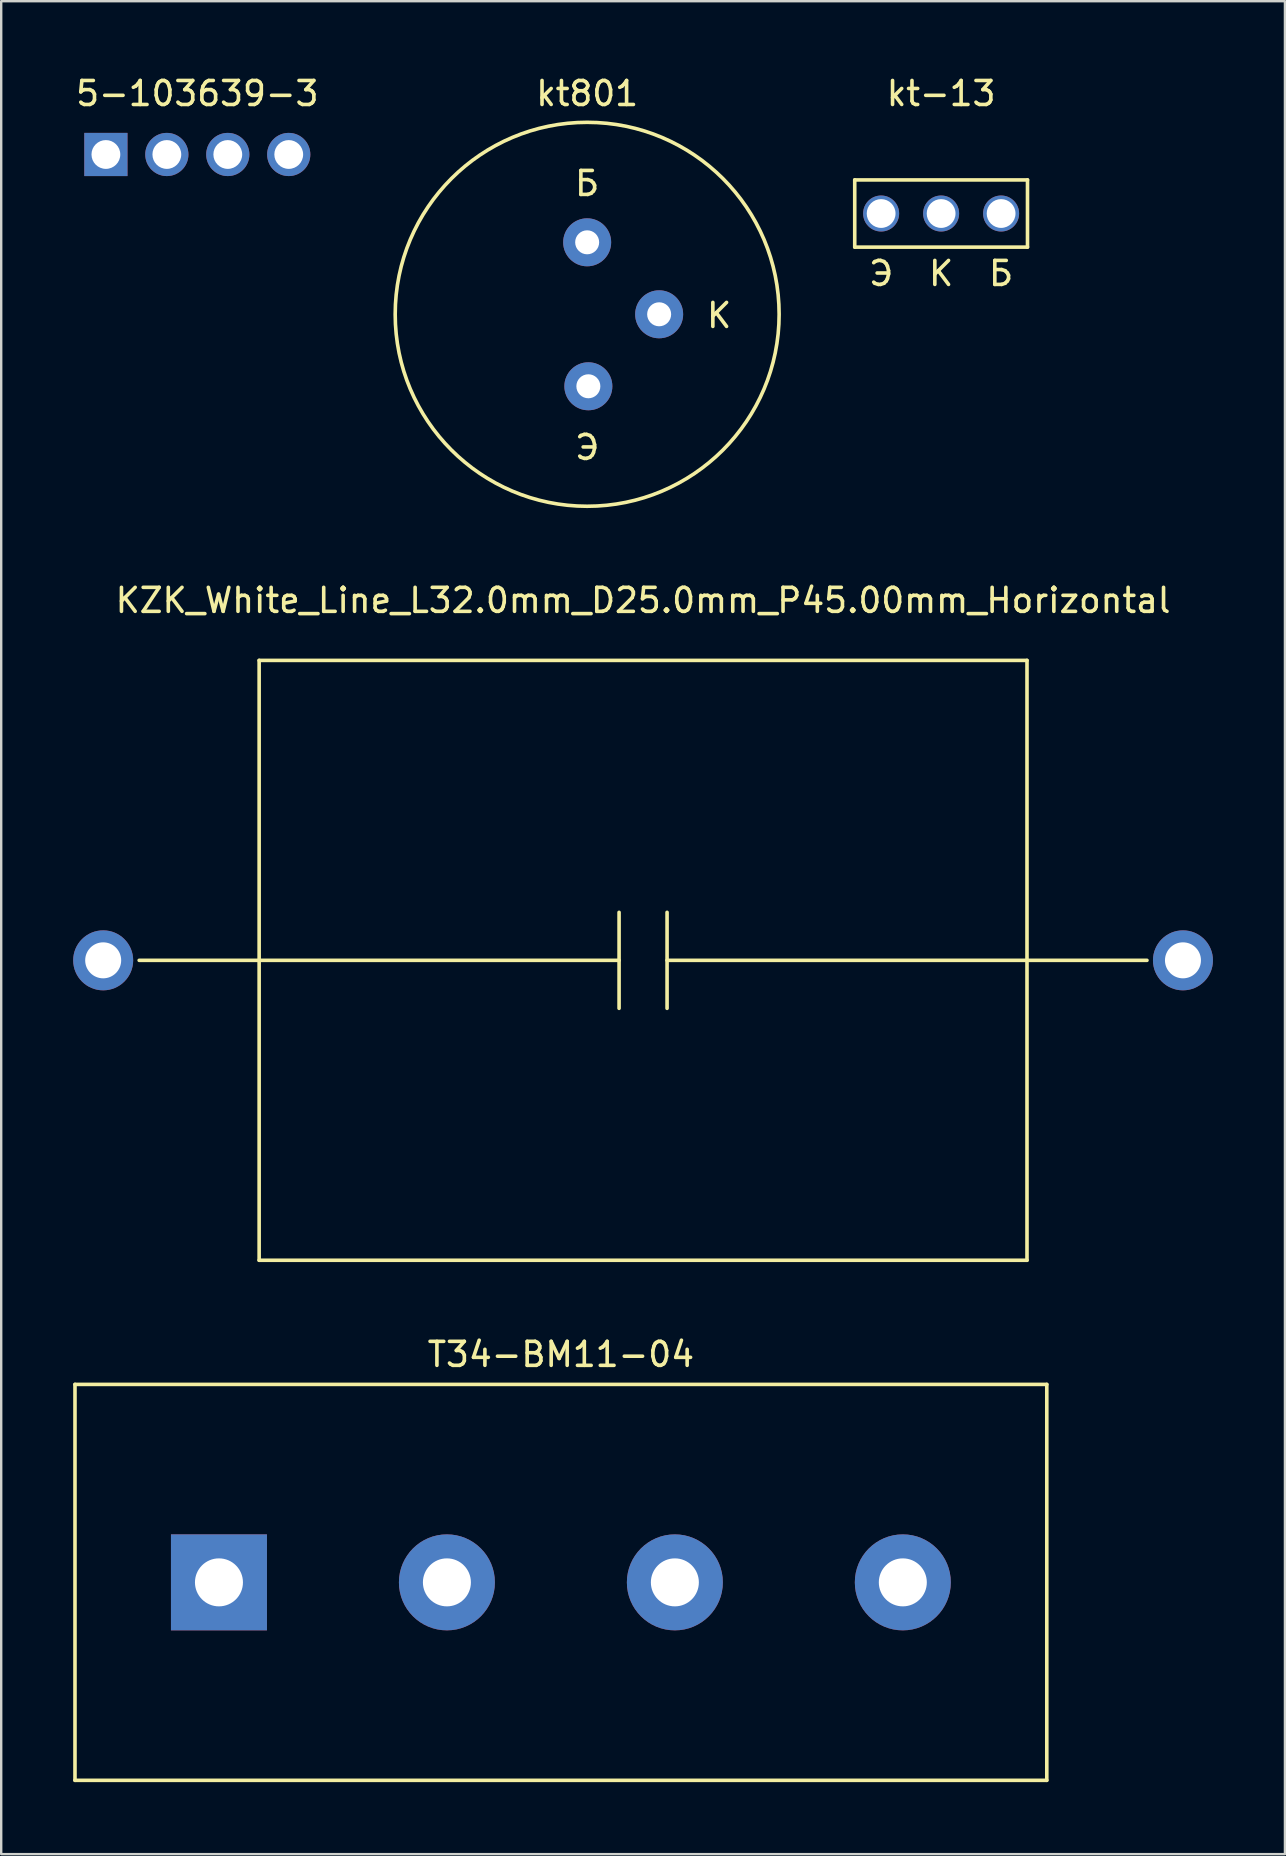
<source format=kicad_pcb>
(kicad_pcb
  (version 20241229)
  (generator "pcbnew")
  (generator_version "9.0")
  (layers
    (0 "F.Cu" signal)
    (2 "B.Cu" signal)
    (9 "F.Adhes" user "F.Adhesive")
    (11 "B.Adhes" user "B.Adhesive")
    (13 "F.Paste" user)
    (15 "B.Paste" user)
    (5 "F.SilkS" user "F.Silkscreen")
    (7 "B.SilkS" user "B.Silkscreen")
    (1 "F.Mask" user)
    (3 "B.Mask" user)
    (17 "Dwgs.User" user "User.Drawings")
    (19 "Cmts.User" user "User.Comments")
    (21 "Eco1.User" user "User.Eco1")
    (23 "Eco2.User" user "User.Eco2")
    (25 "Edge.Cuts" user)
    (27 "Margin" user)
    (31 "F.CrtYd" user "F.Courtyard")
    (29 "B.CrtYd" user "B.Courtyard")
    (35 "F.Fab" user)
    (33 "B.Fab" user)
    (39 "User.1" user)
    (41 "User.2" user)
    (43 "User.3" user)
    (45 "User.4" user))
  (footprint "kt801"
    (layer "F.Cu")
    (at 21.42 7.098)
    (property "Reference" "kt801" (at 0 -6.25 180) (layer "F.SilkS") (effects (font (size 1 1) (thickness 0.15))))
    (attr through_hole)
    (fp_circle (center 0 2.95) (end -0.05 -5.05) (stroke (width 0.15) (type solid)) (fill no) (layer "F.SilkS"))
    (fp_text user "К" (at 5.5 3 0) (layer "F.SilkS") (effects (font (size 1 1) (thickness 0.15))))
    (fp_text user "Э" (at 0 8.5 0) (layer "F.SilkS") (effects (font (size 1 1) (thickness 0.15))))
    (fp_text user "Б" (at 0 -2.5 0) (layer "F.SilkS") (effects (font (size 1 1) (thickness 0.15))))
    (pad "1" thru_hole circle (at 0 -0.05) (size 2 2) (drill 1) (layers "*.Cu" "*.Mask"))
    (pad "2" thru_hole circle (at 3 2.95) (size 2 2) (drill 1) (layers "*.Cu" "*.Mask"))
    (pad "3" thru_hole circle (at 0.05 5.95) (size 2 2) (drill 1) (layers "*.Cu" "*.Mask")))
  (footprint "kt-13"
    (layer "F.Cu")
    (at 33.671 5.848)
    (property "Reference" "kt-13" (at 2.5 -5 0) (layer "F.SilkS") (effects (font (size 1 1) (thickness 0.15))))
    (attr through_hole)
    (fp_line (start -1.1 -1.4) (end 6.1 -1.4) (stroke (width 0.15) (type solid)) (layer "F.SilkS"))
    (fp_line (start -1.1 1.4) (end -1.1 -1.4) (stroke (width 0.15) (type solid)) (layer "F.SilkS"))
    (fp_line (start 6.1 -1.4) (end 6.1 1.4) (stroke (width 0.15) (type solid)) (layer "F.SilkS"))
    (fp_line (start 6.1 1.4) (end -1.1 1.4) (stroke (width 0.15) (type solid)) (layer "F.SilkS"))
    (fp_text user "Э" (at 0 2.5 0) (layer "F.SilkS") (effects (font (size 1 1) (thickness 0.15))))
    (fp_text user "К" (at 2.5 2.5 0) (layer "F.SilkS") (effects (font (size 1 1) (thickness 0.15))))
    (fp_text user "Б" (at 5 2.5 0) (layer "F.SilkS") (effects (font (size 1 1) (thickness 0.15))))
    (pad "1" thru_hole circle (at 0 0) (size 1.5 1.5) (drill 1.2) (layers "*.Cu" "*.Mask"))
    (pad "2" thru_hole circle (at 2.5 0) (size 1.5 1.5) (drill 1.2) (layers "*.Cu" "*.Mask"))
    (pad "3" thru_hole circle (at 5 0) (size 1.5 1.5) (drill 1.2) (layers "*.Cu" "*.Mask")))
  (footprint "KZK_White_Line_L32.0mm_D25.0mm_P45.00mm_Horizontal"
    (layer "F.Cu")
    (at 1.25 36.972)
    (property "Reference" "KZK_White_Line_L32.0mm_D25.0mm_P45.00mm_Horizontal" (at 22.5 -15 0) (layer "F.SilkS") (effects (font (size 1 1) (thickness 0.15))))
    (attr through_hole)
    (fp_line (start 6.5 -12.5) (end 38.5 -12.5) (stroke (width 0.15) (type solid)) (layer "F.SilkS"))
    (fp_line (start 6.5 0) (end 6.5 -12.5) (stroke (width 0.15) (type solid)) (layer "F.SilkS"))
    (fp_line (start 6.5 12.5) (end 6.5 0) (stroke (width 0.15) (type solid)) (layer "F.SilkS"))
    (fp_line (start 21.5 -2) (end 21.5 2) (stroke (width 0.15) (type solid)) (layer "F.SilkS"))
    (fp_line (start 21.5 0) (end 1.5 0) (stroke (width 0.15) (type solid)) (layer "F.SilkS"))
    (fp_line (start 23.5 -2) (end 23.5 2) (stroke (width 0.15) (type solid)) (layer "F.SilkS"))
    (fp_line (start 23.5 0) (end 43.5 0) (stroke (width 0.15) (type solid)) (layer "F.SilkS"))
    (fp_line (start 38.5 -12.5) (end 38.5 0) (stroke (width 0.15) (type solid)) (layer "F.SilkS"))
    (fp_line (start 38.5 0) (end 38.5 12.5) (stroke (width 0.15) (type solid)) (layer "F.SilkS"))
    (fp_line (start 38.5 12.5) (end 6.5 12.5) (stroke (width 0.15) (type solid)) (layer "F.SilkS"))
    (pad "1" thru_hole circle (at 0 0) (size 2.5 2.5) (drill 1.5) (layers "*.Cu" "*.Mask"))
    (pad "2" thru_hole circle (at 45 0) (size 2.5 2.5) (drill 1.5) (layers "*.Cu" "*.Mask")))
  (footprint "T34-BM11-04"
    (layer "F.Cu")
    (at 6.075 62.895)
    (property "Reference" "T34-BM11-04" (at 14.25 -9.5 0) (layer "F.SilkS") (effects (font (size 1 1) (thickness 0.15))))
    (attr through_hole)
    (fp_line (start -6 -8.25) (end 34.5 -8.25) (stroke (width 0.15) (type solid)) (layer "F.SilkS"))
    (fp_line (start -6 8.25) (end -6 -8.25) (stroke (width 0.15) (type solid)) (layer "F.SilkS"))
    (fp_line (start 34.5 -8.25) (end 34.5 8.25) (stroke (width 0.15) (type solid)) (layer "F.SilkS"))
    (fp_line (start 34.5 8.25) (end -6 8.25) (stroke (width 0.15) (type solid)) (layer "F.SilkS"))
    (pad "1" thru_hole rect (at 0 0) (size 4 4) (drill 2) (layers "*.Cu" "*.Mask"))
    (pad "2" thru_hole circle (at 9.5 0) (size 4 4) (drill 2) (layers "*.Cu" "*.Mask"))
    (pad "3" thru_hole circle (at 19 0) (size 4 4) (drill 2) (layers "*.Cu" "*.Mask"))
    (pad "4" thru_hole circle (at 28.5 0) (size 4 4) (drill 2) (layers "*.Cu" "*.Mask")))
  (footprint "5-103639-3"
    (layer "F.Cu")
    (at 1.363 3.388)
    (property "Reference" "5-103639-3" (at 3.81 -2.54 0) (layer "F.SilkS") (effects (font (size 1 1) (thickness 0.15))))
    (attr through_hole)
    (pad "1" thru_hole rect (at 0 0) (size 1.8 1.8) (drill 1.2) (layers "*.Cu" "*.Mask"))
    (pad "2" thru_hole circle (at 2.54 0) (size 1.8 1.8) (drill 1.2) (layers "*.Cu" "*.Mask"))
    (pad "3" thru_hole circle (at 5.08 0) (size 1.8 1.8) (drill 1.2) (layers "*.Cu" "*.Mask"))
    (pad "4" thru_hole circle (at 7.62 0) (size 1.8 1.8) (drill 1.2) (layers "*.Cu" "*.Mask")))
  (gr_rect
    (start -3 -3)
    (end 50.5 74.22)
    (stroke (width 0.1) (type default))
    (fill no)
    (layer "Edge.Cuts")))
</source>
